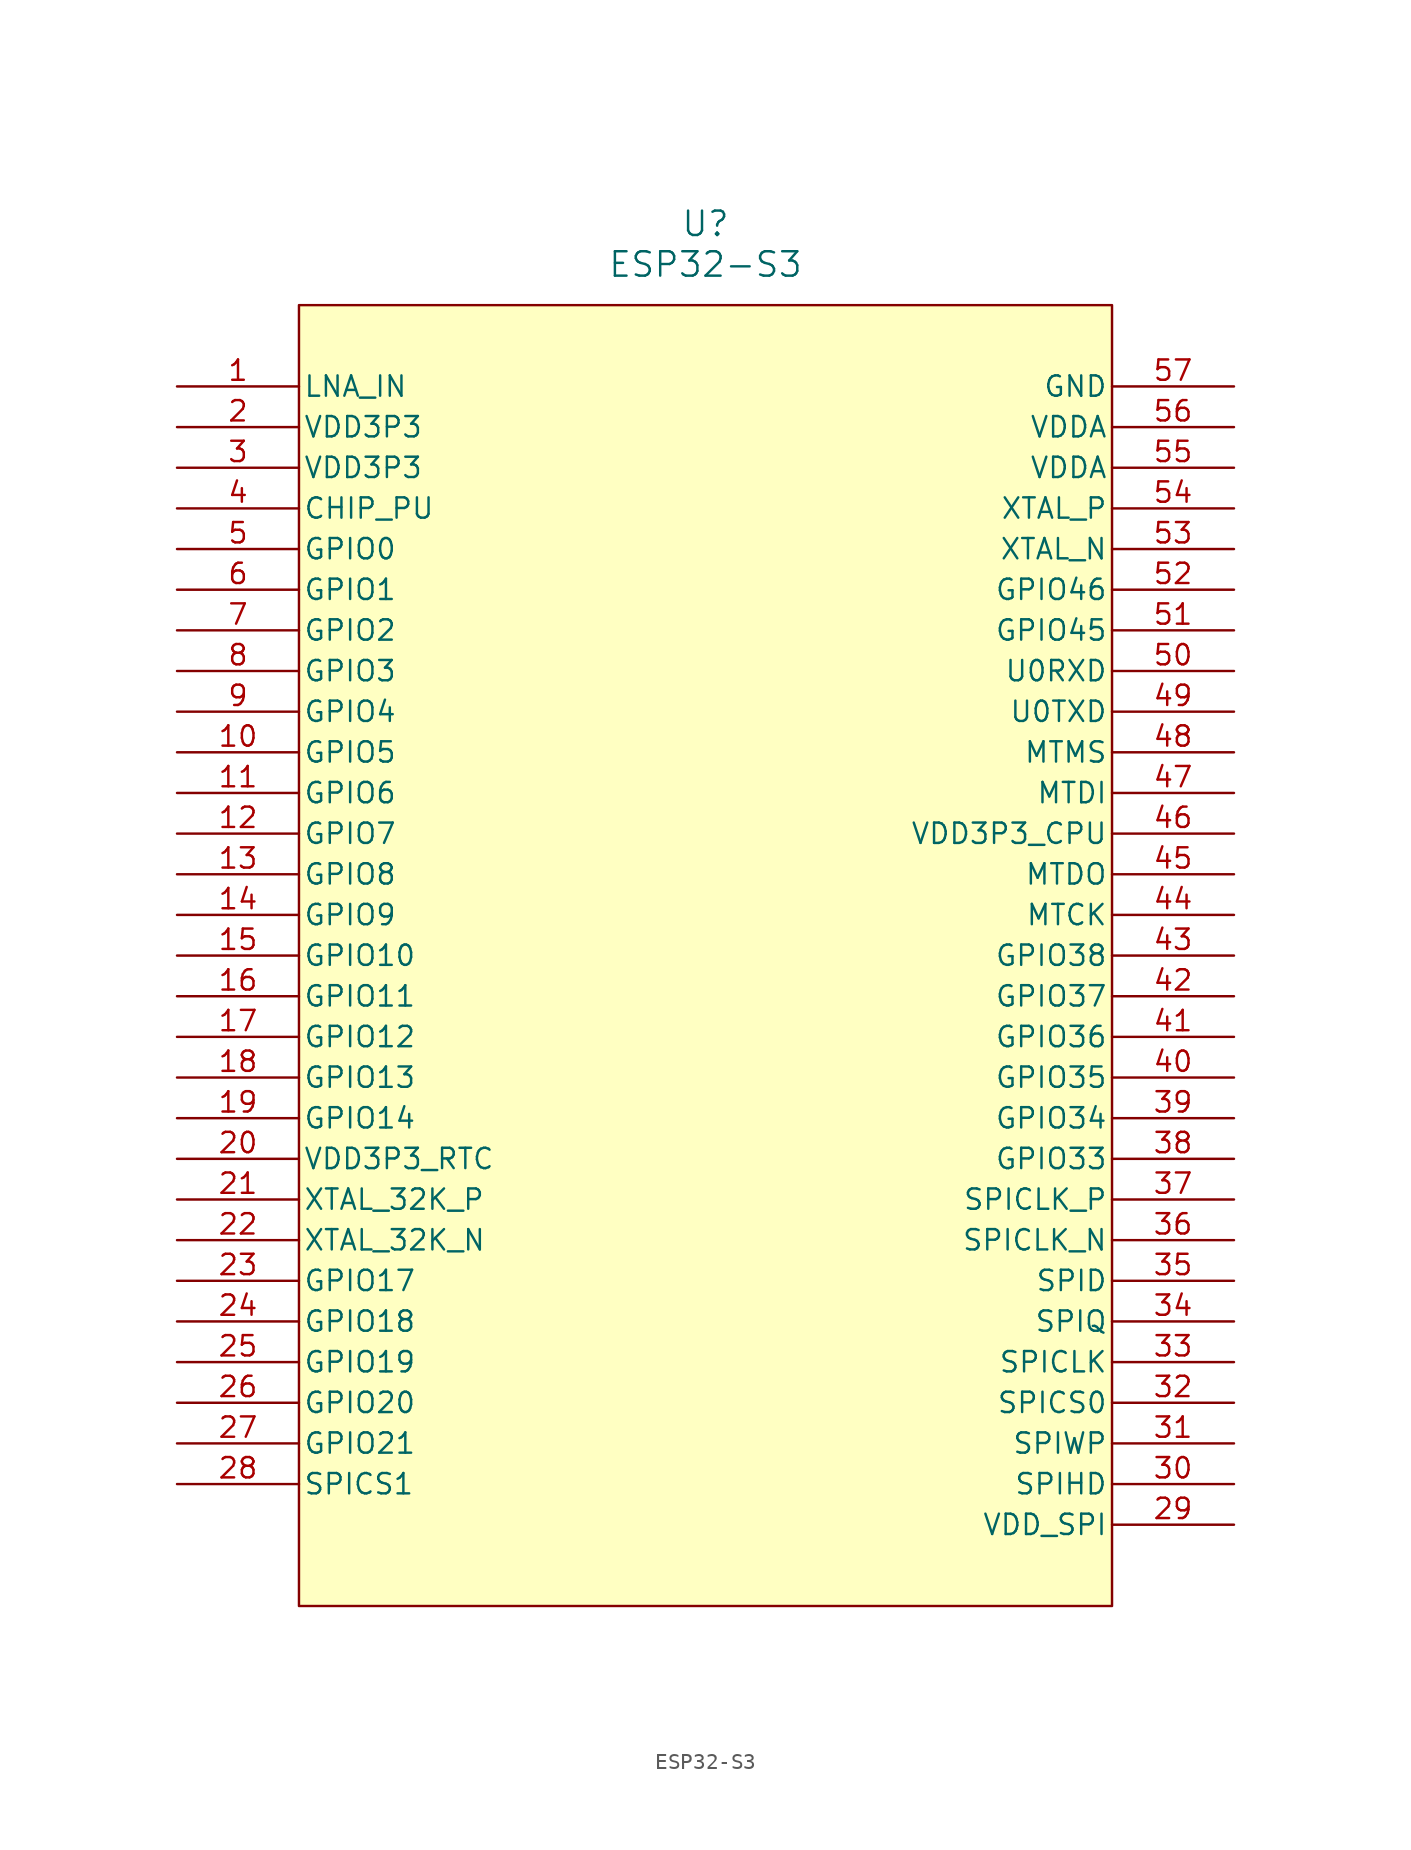
<source format=kicad_sym>
(kicad_symbol_lib
  (version 20220914)
  (generator kicad_symbol_editor)
  (symbol "ESP32-S3"
    (pin_names
      (offset 0.254))
    (property "Reference" "U"
      (at 33.02 10.16 0)
      (effects (font (size 1.524 1.524))))
    (property "Value" "ESP32-S3"
      (at 33.02 7.62 0)
      (effects (font (size 1.524 1.524))))
    (symbol "ESP32-S3_0_1"
      (pin bidirectional line (at 0 0 0) (length 7.62) (name "LNA_IN" (effects (font (size 1.27 1.27)))) (number "1" (effects (font (size 1.27 1.27)))))
      (pin bidirectional line (at 0 -22.86 0) (length 7.62) (name "GPIO5" (effects (font (size 1.27 1.27)))) (number "10" (effects (font (size 1.27 1.27)))))
      (pin bidirectional line (at 0 -25.4 0) (length 7.62) (name "GPIO6" (effects (font (size 1.27 1.27)))) (number "11" (effects (font (size 1.27 1.27)))))
      (pin bidirectional line (at 0 -27.94 0) (length 7.62) (name "GPIO7" (effects (font (size 1.27 1.27)))) (number "12" (effects (font (size 1.27 1.27)))))
      (pin bidirectional line (at 0 -30.48 0) (length 7.62) (name "GPIO8" (effects (font (size 1.27 1.27)))) (number "13" (effects (font (size 1.27 1.27)))))
      (pin bidirectional line (at 0 -33.02 0) (length 7.62) (name "GPIO9" (effects (font (size 1.27 1.27)))) (number "14" (effects (font (size 1.27 1.27)))))
      (pin bidirectional line (at 0 -35.56 0) (length 7.62) (name "GPIO10" (effects (font (size 1.27 1.27)))) (number "15" (effects (font (size 1.27 1.27)))))
      (pin bidirectional line (at 0 -38.1 0) (length 7.62) (name "GPIO11" (effects (font (size 1.27 1.27)))) (number "16" (effects (font (size 1.27 1.27)))))
      (pin bidirectional line (at 0 -40.64 0) (length 7.62) (name "GPIO12" (effects (font (size 1.27 1.27)))) (number "17" (effects (font (size 1.27 1.27)))))
      (pin bidirectional line (at 0 -43.18 0) (length 7.62) (name "GPIO13" (effects (font (size 1.27 1.27)))) (number "18" (effects (font (size 1.27 1.27)))))
      (pin bidirectional line (at 0 -45.72 0) (length 7.62) (name "GPIO14" (effects (font (size 1.27 1.27)))) (number "19" (effects (font (size 1.27 1.27)))))
      (pin power_in line (at 0 -2.54 0) (length 7.62) (name "VDD3P3" (effects (font (size 1.27 1.27)))) (number "2" (effects (font (size 1.27 1.27)))))
      (pin power_in line (at 0 -48.26 0) (length 7.62) (name "VDD3P3_RTC" (effects (font (size 1.27 1.27)))) (number "20" (effects (font (size 1.27 1.27)))))
      (pin bidirectional line (at 0 -50.8 0) (length 7.62) (name "XTAL_32K_P" (effects (font (size 1.27 1.27)))) (number "21" (effects (font (size 1.27 1.27)))))
      (pin bidirectional line (at 0 -53.34 0) (length 7.62) (name "XTAL_32K_N" (effects (font (size 1.27 1.27)))) (number "22" (effects (font (size 1.27 1.27)))))
      (pin bidirectional line (at 0 -55.88 0) (length 7.62) (name "GPIO17" (effects (font (size 1.27 1.27)))) (number "23" (effects (font (size 1.27 1.27)))))
      (pin bidirectional line (at 0 -58.42 0) (length 7.62) (name "GPIO18" (effects (font (size 1.27 1.27)))) (number "24" (effects (font (size 1.27 1.27)))))
      (pin bidirectional line (at 0 -60.96 0) (length 7.62) (name "GPIO19" (effects (font (size 1.27 1.27)))) (number "25" (effects (font (size 1.27 1.27)))))
      (pin bidirectional line (at 0 -63.5 0) (length 7.62) (name "GPIO20" (effects (font (size 1.27 1.27)))) (number "26" (effects (font (size 1.27 1.27)))))
      (pin bidirectional line (at 0 -66.04 0) (length 7.62) (name "GPIO21" (effects (font (size 1.27 1.27)))) (number "27" (effects (font (size 1.27 1.27)))))
      (pin bidirectional line (at 0 -68.58 0) (length 7.62) (name "SPICS1" (effects (font (size 1.27 1.27)))) (number "28" (effects (font (size 1.27 1.27)))))
      (pin power_in line (at 66.04 -71.12 180) (length 7.62) (name "VDD_SPI" (effects (font (size 1.27 1.27)))) (number "29" (effects (font (size 1.27 1.27)))))
      (pin power_in line (at 0 -5.08 0) (length 7.62) (name "VDD3P3" (effects (font (size 1.27 1.27)))) (number "3" (effects (font (size 1.27 1.27)))))
      (pin bidirectional line (at 66.04 -68.58 180) (length 7.62) (name "SPIHD" (effects (font (size 1.27 1.27)))) (number "30" (effects (font (size 1.27 1.27)))))
      (pin bidirectional line (at 66.04 -66.04 180) (length 7.62) (name "SPIWP" (effects (font (size 1.27 1.27)))) (number "31" (effects (font (size 1.27 1.27)))))
      (pin bidirectional line (at 66.04 -63.5 180) (length 7.62) (name "SPICS0" (effects (font (size 1.27 1.27)))) (number "32" (effects (font (size 1.27 1.27)))))
      (pin bidirectional line (at 66.04 -60.96 180) (length 7.62) (name "SPICLK" (effects (font (size 1.27 1.27)))) (number "33" (effects (font (size 1.27 1.27)))))
      (pin bidirectional line (at 66.04 -58.42 180) (length 7.62) (name "SPIQ" (effects (font (size 1.27 1.27)))) (number "34" (effects (font (size 1.27 1.27)))))
      (pin bidirectional line (at 66.04 -55.88 180) (length 7.62) (name "SPID" (effects (font (size 1.27 1.27)))) (number "35" (effects (font (size 1.27 1.27)))))
      (pin input line (at 0 -7.62 0) (length 7.62) (name "CHIP_PU" (effects (font (size 1.27 1.27)))) (number "4" (effects (font (size 1.27 1.27)))))
      (pin power_in line (at 66.04 -27.94 180) (length 7.62) (name "VDD3P3_CPU" (effects (font (size 1.27 1.27)))) (number "46" (effects (font (size 1.27 1.27)))))
      (pin bidirectional line (at 66.04 -25.4 180) (length 7.62) (name "MTDI" (effects (font (size 1.27 1.27)))) (number "47" (effects (font (size 1.27 1.27)))))
      (pin bidirectional line (at 66.04 -22.86 180) (length 7.62) (name "MTMS" (effects (font (size 1.27 1.27)))) (number "48" (effects (font (size 1.27 1.27)))))
      (pin bidirectional line (at 66.04 -20.32 180) (length 7.62) (name "U0TXD" (effects (font (size 1.27 1.27)))) (number "49" (effects (font (size 1.27 1.27)))))
      (pin bidirectional line (at 0 -10.16 0) (length 7.62) (name "GPIO0" (effects (font (size 1.27 1.27)))) (number "5" (effects (font (size 1.27 1.27)))))
      (pin bidirectional line (at 66.04 -17.78 180) (length 7.62) (name "U0RXD" (effects (font (size 1.27 1.27)))) (number "50" (effects (font (size 1.27 1.27)))))
      (pin bidirectional line (at 66.04 -15.24 180) (length 7.62) (name "GPIO45" (effects (font (size 1.27 1.27)))) (number "51" (effects (font (size 1.27 1.27)))))
      (pin bidirectional line (at 66.04 -12.7 180) (length 7.62) (name "GPIO46" (effects (font (size 1.27 1.27)))) (number "52" (effects (font (size 1.27 1.27)))))
      (pin output line (at 66.04 -10.16 180) (length 7.62) (name "XTAL_N" (effects (font (size 1.27 1.27)))) (number "53" (effects (font (size 1.27 1.27)))))
      (pin input line (at 66.04 -7.62 180) (length 7.62) (name "XTAL_P" (effects (font (size 1.27 1.27)))) (number "54" (effects (font (size 1.27 1.27)))))
      (pin power_in line (at 66.04 -5.08 180) (length 7.62) (name "VDDA" (effects (font (size 1.27 1.27)))) (number "55" (effects (font (size 1.27 1.27)))))
      (pin power_in line (at 66.04 -2.54 180) (length 7.62) (name "VDDA" (effects (font (size 1.27 1.27)))) (number "56" (effects (font (size 1.27 1.27)))))
      (pin power_out line (at 66.04 0 180) (length 7.62) (name "GND" (effects (font (size 1.27 1.27)))) (number "57" (effects (font (size 1.27 1.27)))))
      (pin bidirectional line (at 0 -12.7 0) (length 7.62) (name "GPIO1" (effects (font (size 1.27 1.27)))) (number "6" (effects (font (size 1.27 1.27)))))
      (pin bidirectional line (at 0 -15.24 0) (length 7.62) (name "GPIO2" (effects (font (size 1.27 1.27)))) (number "7" (effects (font (size 1.27 1.27)))))
      (pin bidirectional line (at 0 -17.78 0) (length 7.62) (name "GPIO3" (effects (font (size 1.27 1.27)))) (number "8" (effects (font (size 1.27 1.27)))))
      (pin bidirectional line (at 0 -20.32 0) (length 7.62) (name "GPIO4" (effects (font (size 1.27 1.27)))) (number "9" (effects (font (size 1.27 1.27))))))
    (symbol "ESP32-S3_1_1"
      (rectangle (start 7.62 5.08) (end 58.42 -76.2) (stroke (width 0) (type default)) (fill (type background)))
      (pin bidirectional line (at 66.04 -53.34 180) (length 7.62) (name "SPICLK_N" (effects (font (size 1.27 1.27)))) (number "36" (effects (font (size 1.27 1.27)))))
      (pin bidirectional line (at 66.04 -50.8 180) (length 7.62) (name "SPICLK_P" (effects (font (size 1.27 1.27)))) (number "37" (effects (font (size 1.27 1.27)))))
      (pin bidirectional line (at 66.04 -48.26 180) (length 7.62) (name "GPIO33" (effects (font (size 1.27 1.27)))) (number "38" (effects (font (size 1.27 1.27)))))
      (pin bidirectional line (at 66.04 -45.72 180) (length 7.62) (name "GPIO34" (effects (font (size 1.27 1.27)))) (number "39" (effects (font (size 1.27 1.27)))))
      (pin bidirectional line (at 66.04 -43.18 180) (length 7.62) (name "GPIO35" (effects (font (size 1.27 1.27)))) (number "40" (effects (font (size 1.27 1.27)))))
      (pin bidirectional line (at 66.04 -40.64 180) (length 7.62) (name "GPIO36" (effects (font (size 1.27 1.27)))) (number "41" (effects (font (size 1.27 1.27)))))
      (pin bidirectional line (at 66.04 -38.1 180) (length 7.62) (name "GPIO37" (effects (font (size 1.27 1.27)))) (number "42" (effects (font (size 1.27 1.27)))))
      (pin bidirectional line (at 66.04 -35.56 180) (length 7.62) (name "GPIO38" (effects (font (size 1.27 1.27)))) (number "43" (effects (font (size 1.27 1.27)))))
      (pin bidirectional line (at 66.04 -33.02 180) (length 7.62) (name "MTCK" (effects (font (size 1.27 1.27)))) (number "44" (effects (font (size 1.27 1.27)))))
      (pin bidirectional line (at 66.04 -30.48 180) (length 7.62) (name "MTDO" (effects (font (size 1.27 1.27)))) (number "45" (effects (font (size 1.27 1.27))))))))
</source>
